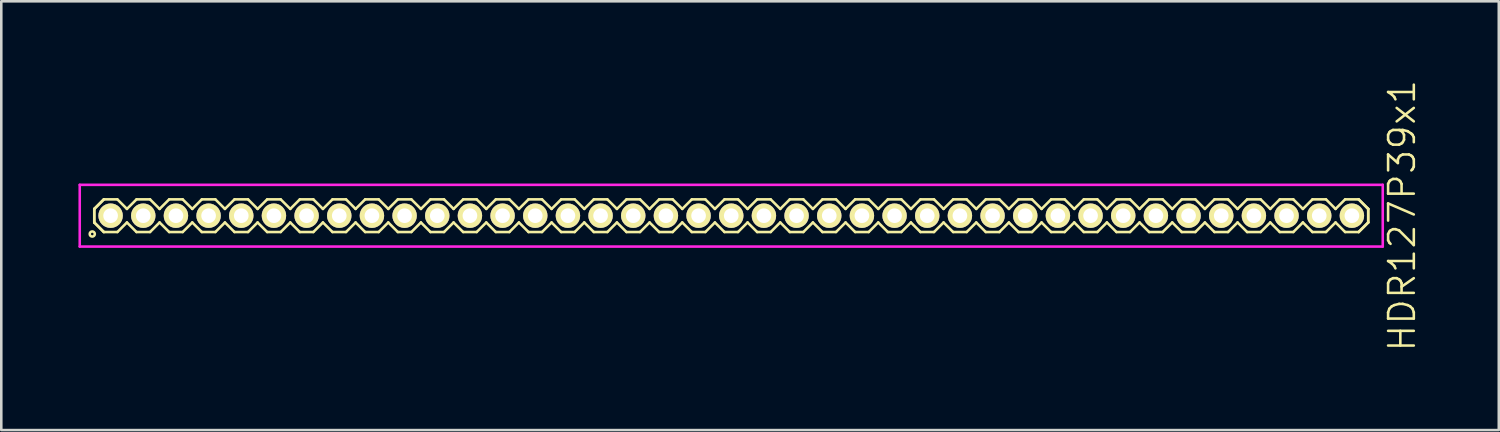
<source format=kicad_pcb>
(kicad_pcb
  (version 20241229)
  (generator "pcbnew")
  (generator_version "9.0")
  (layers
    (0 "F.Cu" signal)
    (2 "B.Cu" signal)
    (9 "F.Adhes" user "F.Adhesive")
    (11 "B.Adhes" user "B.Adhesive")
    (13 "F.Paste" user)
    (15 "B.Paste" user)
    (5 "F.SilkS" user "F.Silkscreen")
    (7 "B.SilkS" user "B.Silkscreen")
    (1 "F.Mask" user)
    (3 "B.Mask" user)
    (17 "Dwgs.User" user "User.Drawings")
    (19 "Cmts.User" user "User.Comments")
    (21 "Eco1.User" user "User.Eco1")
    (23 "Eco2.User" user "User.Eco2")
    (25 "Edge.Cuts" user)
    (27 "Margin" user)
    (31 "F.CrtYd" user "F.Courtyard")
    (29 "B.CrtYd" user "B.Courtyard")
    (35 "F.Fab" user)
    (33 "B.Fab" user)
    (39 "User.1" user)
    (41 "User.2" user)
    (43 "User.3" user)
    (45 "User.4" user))
  (footprint "HDR127P39x1"
    (layer "F.Cu")
    (at 25.38 5.336)
    (property "Reference" "HDR127P39x1" (at 26.08 0 90) (layer "F.SilkS") (effects (font (size 1 1) (thickness 0.1))))
    (attr through_hole)
    (fp_line (start -24.765 -0.263) (end -24.393 -0.635) (stroke (width 0.1) (type solid)) (layer "F.SilkS"))
    (fp_line (start -24.765 -0.263) (end -24.393 -0.635) (stroke (width 0.1) (type solid)) (layer "F.SilkS"))
    (fp_line (start -24.765 0.263) (end -24.765 -0.263) (stroke (width 0.1) (type solid)) (layer "F.SilkS"))
    (fp_line (start -24.765 0.263) (end -24.765 -0.263) (stroke (width 0.1) (type solid)) (layer "F.SilkS"))
    (fp_line (start -24.393 -0.635) (end -23.867 -0.635) (stroke (width 0.1) (type solid)) (layer "F.SilkS"))
    (fp_line (start -24.393 0.635) (end -24.765 0.263) (stroke (width 0.1) (type solid)) (layer "F.SilkS"))
    (fp_line (start -24.393 0.635) (end -24.765 0.263) (stroke (width 0.1) (type solid)) (layer "F.SilkS"))
    (fp_line (start -23.867 -0.635) (end -23.495 -0.263) (stroke (width 0.1) (type solid)) (layer "F.SilkS"))
    (fp_line (start -23.867 0.635) (end -24.393 0.635) (stroke (width 0.1) (type solid)) (layer "F.SilkS"))
    (fp_line (start -23.495 -0.263) (end -23.123 -0.635) (stroke (width 0.1) (type solid)) (layer "F.SilkS"))
    (fp_line (start -23.495 0.263) (end -23.867 0.635) (stroke (width 0.1) (type solid)) (layer "F.SilkS"))
    (fp_line (start -23.123 -0.635) (end -22.597 -0.635) (stroke (width 0.1) (type solid)) (layer "F.SilkS"))
    (fp_line (start -23.123 0.635) (end -23.495 0.263) (stroke (width 0.1) (type solid)) (layer "F.SilkS"))
    (fp_line (start -22.597 -0.635) (end -22.225 -0.263) (stroke (width 0.1) (type solid)) (layer "F.SilkS"))
    (fp_line (start -22.597 0.635) (end -23.123 0.635) (stroke (width 0.1) (type solid)) (layer "F.SilkS"))
    (fp_line (start -22.225 -0.263) (end -21.853 -0.635) (stroke (width 0.1) (type solid)) (layer "F.SilkS"))
    (fp_line (start -22.225 0.263) (end -22.597 0.635) (stroke (width 0.1) (type solid)) (layer "F.SilkS"))
    (fp_line (start -21.853 -0.635) (end -21.327 -0.635) (stroke (width 0.1) (type solid)) (layer "F.SilkS"))
    (fp_line (start -21.853 0.635) (end -22.225 0.263) (stroke (width 0.1) (type solid)) (layer "F.SilkS"))
    (fp_line (start -21.327 -0.635) (end -20.955 -0.263) (stroke (width 0.1) (type solid)) (layer "F.SilkS"))
    (fp_line (start -21.327 0.635) (end -21.853 0.635) (stroke (width 0.1) (type solid)) (layer "F.SilkS"))
    (fp_line (start -20.955 -0.263) (end -20.583 -0.635) (stroke (width 0.1) (type solid)) (layer "F.SilkS"))
    (fp_line (start -20.955 0.263) (end -21.327 0.635) (stroke (width 0.1) (type solid)) (layer "F.SilkS"))
    (fp_line (start -20.583 -0.635) (end -20.057 -0.635) (stroke (width 0.1) (type solid)) (layer "F.SilkS"))
    (fp_line (start -20.583 0.635) (end -20.955 0.263) (stroke (width 0.1) (type solid)) (layer "F.SilkS"))
    (fp_line (start -20.057 -0.635) (end -19.685 -0.263) (stroke (width 0.1) (type solid)) (layer "F.SilkS"))
    (fp_line (start -20.057 0.635) (end -20.583 0.635) (stroke (width 0.1) (type solid)) (layer "F.SilkS"))
    (fp_line (start -19.685 -0.263) (end -19.313 -0.635) (stroke (width 0.1) (type solid)) (layer "F.SilkS"))
    (fp_line (start -19.685 0.263) (end -20.057 0.635) (stroke (width 0.1) (type solid)) (layer "F.SilkS"))
    (fp_line (start -19.313 -0.635) (end -18.787 -0.635) (stroke (width 0.1) (type solid)) (layer "F.SilkS"))
    (fp_line (start -19.313 0.635) (end -19.685 0.263) (stroke (width 0.1) (type solid)) (layer "F.SilkS"))
    (fp_line (start -18.787 -0.635) (end -18.415 -0.263) (stroke (width 0.1) (type solid)) (layer "F.SilkS"))
    (fp_line (start -18.787 0.635) (end -19.313 0.635) (stroke (width 0.1) (type solid)) (layer "F.SilkS"))
    (fp_line (start -18.415 -0.263) (end -18.043 -0.635) (stroke (width 0.1) (type solid)) (layer "F.SilkS"))
    (fp_line (start -18.415 0.263) (end -18.787 0.635) (stroke (width 0.1) (type solid)) (layer "F.SilkS"))
    (fp_line (start -18.043 -0.635) (end -17.517 -0.635) (stroke (width 0.1) (type solid)) (layer "F.SilkS"))
    (fp_line (start -18.043 0.635) (end -18.415 0.263) (stroke (width 0.1) (type solid)) (layer "F.SilkS"))
    (fp_line (start -17.517 -0.635) (end -17.145 -0.263) (stroke (width 0.1) (type solid)) (layer "F.SilkS"))
    (fp_line (start -17.517 0.635) (end -18.043 0.635) (stroke (width 0.1) (type solid)) (layer "F.SilkS"))
    (fp_line (start -17.145 -0.263) (end -16.773 -0.635) (stroke (width 0.1) (type solid)) (layer "F.SilkS"))
    (fp_line (start -17.145 0.263) (end -17.517 0.635) (stroke (width 0.1) (type solid)) (layer "F.SilkS"))
    (fp_line (start -16.773 -0.635) (end -16.247 -0.635) (stroke (width 0.1) (type solid)) (layer "F.SilkS"))
    (fp_line (start -16.773 0.635) (end -17.145 0.263) (stroke (width 0.1) (type solid)) (layer "F.SilkS"))
    (fp_line (start -16.247 -0.635) (end -15.875 -0.263) (stroke (width 0.1) (type solid)) (layer "F.SilkS"))
    (fp_line (start -16.247 0.635) (end -16.773 0.635) (stroke (width 0.1) (type solid)) (layer "F.SilkS"))
    (fp_line (start -15.875 -0.263) (end -15.503 -0.635) (stroke (width 0.1) (type solid)) (layer "F.SilkS"))
    (fp_line (start -15.875 0.263) (end -16.247 0.635) (stroke (width 0.1) (type solid)) (layer "F.SilkS"))
    (fp_line (start -15.503 -0.635) (end -14.977 -0.635) (stroke (width 0.1) (type solid)) (layer "F.SilkS"))
    (fp_line (start -15.503 0.635) (end -15.875 0.263) (stroke (width 0.1) (type solid)) (layer "F.SilkS"))
    (fp_line (start -14.977 -0.635) (end -14.605 -0.263) (stroke (width 0.1) (type solid)) (layer "F.SilkS"))
    (fp_line (start -14.977 0.635) (end -15.503 0.635) (stroke (width 0.1) (type solid)) (layer "F.SilkS"))
    (fp_line (start -14.605 -0.263) (end -14.233 -0.635) (stroke (width 0.1) (type solid)) (layer "F.SilkS"))
    (fp_line (start -14.605 0.263) (end -14.977 0.635) (stroke (width 0.1) (type solid)) (layer "F.SilkS"))
    (fp_line (start -14.233 -0.635) (end -13.707 -0.635) (stroke (width 0.1) (type solid)) (layer "F.SilkS"))
    (fp_line (start -14.233 0.635) (end -14.605 0.263) (stroke (width 0.1) (type solid)) (layer "F.SilkS"))
    (fp_line (start -13.707 -0.635) (end -13.335 -0.263) (stroke (width 0.1) (type solid)) (layer "F.SilkS"))
    (fp_line (start -13.707 0.635) (end -14.233 0.635) (stroke (width 0.1) (type solid)) (layer "F.SilkS"))
    (fp_line (start -13.335 -0.263) (end -12.963 -0.635) (stroke (width 0.1) (type solid)) (layer "F.SilkS"))
    (fp_line (start -13.335 0.263) (end -13.707 0.635) (stroke (width 0.1) (type solid)) (layer "F.SilkS"))
    (fp_line (start -12.963 -0.635) (end -12.437 -0.635) (stroke (width 0.1) (type solid)) (layer "F.SilkS"))
    (fp_line (start -12.963 0.635) (end -13.335 0.263) (stroke (width 0.1) (type solid)) (layer "F.SilkS"))
    (fp_line (start -12.437 -0.635) (end -12.065 -0.263) (stroke (width 0.1) (type solid)) (layer "F.SilkS"))
    (fp_line (start -12.437 0.635) (end -12.963 0.635) (stroke (width 0.1) (type solid)) (layer "F.SilkS"))
    (fp_line (start -12.065 -0.263) (end -11.693 -0.635) (stroke (width 0.1) (type solid)) (layer "F.SilkS"))
    (fp_line (start -12.065 0.263) (end -12.437 0.635) (stroke (width 0.1) (type solid)) (layer "F.SilkS"))
    (fp_line (start -11.693 -0.635) (end -11.167 -0.635) (stroke (width 0.1) (type solid)) (layer "F.SilkS"))
    (fp_line (start -11.693 0.635) (end -12.065 0.263) (stroke (width 0.1) (type solid)) (layer "F.SilkS"))
    (fp_line (start -11.167 -0.635) (end -10.795 -0.263) (stroke (width 0.1) (type solid)) (layer "F.SilkS"))
    (fp_line (start -11.167 0.635) (end -11.693 0.635) (stroke (width 0.1) (type solid)) (layer "F.SilkS"))
    (fp_line (start -10.795 -0.263) (end -10.423 -0.635) (stroke (width 0.1) (type solid)) (layer "F.SilkS"))
    (fp_line (start -10.795 0.263) (end -11.167 0.635) (stroke (width 0.1) (type solid)) (layer "F.SilkS"))
    (fp_line (start -10.423 -0.635) (end -9.897 -0.635) (stroke (width 0.1) (type solid)) (layer "F.SilkS"))
    (fp_line (start -10.423 0.635) (end -10.795 0.263) (stroke (width 0.1) (type solid)) (layer "F.SilkS"))
    (fp_line (start -9.897 -0.635) (end -9.525 -0.263) (stroke (width 0.1) (type solid)) (layer "F.SilkS"))
    (fp_line (start -9.897 0.635) (end -10.423 0.635) (stroke (width 0.1) (type solid)) (layer "F.SilkS"))
    (fp_line (start -9.525 -0.263) (end -9.153 -0.635) (stroke (width 0.1) (type solid)) (layer "F.SilkS"))
    (fp_line (start -9.525 0.263) (end -9.897 0.635) (stroke (width 0.1) (type solid)) (layer "F.SilkS"))
    (fp_line (start -9.153 -0.635) (end -8.627 -0.635) (stroke (width 0.1) (type solid)) (layer "F.SilkS"))
    (fp_line (start -9.153 0.635) (end -9.525 0.263) (stroke (width 0.1) (type solid)) (layer "F.SilkS"))
    (fp_line (start -8.627 -0.635) (end -8.255 -0.263) (stroke (width 0.1) (type solid)) (layer "F.SilkS"))
    (fp_line (start -8.627 0.635) (end -9.153 0.635) (stroke (width 0.1) (type solid)) (layer "F.SilkS"))
    (fp_line (start -8.255 -0.263) (end -7.883 -0.635) (stroke (width 0.1) (type solid)) (layer "F.SilkS"))
    (fp_line (start -8.255 0.263) (end -8.627 0.635) (stroke (width 0.1) (type solid)) (layer "F.SilkS"))
    (fp_line (start -7.883 -0.635) (end -7.357 -0.635) (stroke (width 0.1) (type solid)) (layer "F.SilkS"))
    (fp_line (start -7.883 0.635) (end -8.255 0.263) (stroke (width 0.1) (type solid)) (layer "F.SilkS"))
    (fp_line (start -7.357 -0.635) (end -6.985 -0.263) (stroke (width 0.1) (type solid)) (layer "F.SilkS"))
    (fp_line (start -7.357 0.635) (end -7.883 0.635) (stroke (width 0.1) (type solid)) (layer "F.SilkS"))
    (fp_line (start -6.985 -0.263) (end -6.613 -0.635) (stroke (width 0.1) (type solid)) (layer "F.SilkS"))
    (fp_line (start -6.985 0.263) (end -7.357 0.635) (stroke (width 0.1) (type solid)) (layer "F.SilkS"))
    (fp_line (start -6.613 -0.635) (end -6.087 -0.635) (stroke (width 0.1) (type solid)) (layer "F.SilkS"))
    (fp_line (start -6.613 0.635) (end -6.985 0.263) (stroke (width 0.1) (type solid)) (layer "F.SilkS"))
    (fp_line (start -6.087 -0.635) (end -5.715 -0.263) (stroke (width 0.1) (type solid)) (layer "F.SilkS"))
    (fp_line (start -6.087 0.635) (end -6.613 0.635) (stroke (width 0.1) (type solid)) (layer "F.SilkS"))
    (fp_line (start -5.715 -0.263) (end -5.343 -0.635) (stroke (width 0.1) (type solid)) (layer "F.SilkS"))
    (fp_line (start -5.715 0.263) (end -6.087 0.635) (stroke (width 0.1) (type solid)) (layer "F.SilkS"))
    (fp_line (start -5.343 -0.635) (end -4.817 -0.635) (stroke (width 0.1) (type solid)) (layer "F.SilkS"))
    (fp_line (start -5.343 0.635) (end -5.715 0.263) (stroke (width 0.1) (type solid)) (layer "F.SilkS"))
    (fp_line (start -4.817 -0.635) (end -4.445 -0.263) (stroke (width 0.1) (type solid)) (layer "F.SilkS"))
    (fp_line (start -4.817 0.635) (end -5.343 0.635) (stroke (width 0.1) (type solid)) (layer "F.SilkS"))
    (fp_line (start -4.445 -0.263) (end -4.073 -0.635) (stroke (width 0.1) (type solid)) (layer "F.SilkS"))
    (fp_line (start -4.445 0.263) (end -4.817 0.635) (stroke (width 0.1) (type solid)) (layer "F.SilkS"))
    (fp_line (start -4.073 -0.635) (end -3.547 -0.635) (stroke (width 0.1) (type solid)) (layer "F.SilkS"))
    (fp_line (start -4.073 0.635) (end -4.445 0.263) (stroke (width 0.1) (type solid)) (layer "F.SilkS"))
    (fp_line (start -3.547 -0.635) (end -3.175 -0.263) (stroke (width 0.1) (type solid)) (layer "F.SilkS"))
    (fp_line (start -3.547 0.635) (end -4.073 0.635) (stroke (width 0.1) (type solid)) (layer "F.SilkS"))
    (fp_line (start -3.175 -0.263) (end -2.803 -0.635) (stroke (width 0.1) (type solid)) (layer "F.SilkS"))
    (fp_line (start -3.175 0.263) (end -3.547 0.635) (stroke (width 0.1) (type solid)) (layer "F.SilkS"))
    (fp_line (start -2.803 -0.635) (end -2.277 -0.635) (stroke (width 0.1) (type solid)) (layer "F.SilkS"))
    (fp_line (start -2.803 0.635) (end -3.175 0.263) (stroke (width 0.1) (type solid)) (layer "F.SilkS"))
    (fp_line (start -2.277 -0.635) (end -1.905 -0.263) (stroke (width 0.1) (type solid)) (layer "F.SilkS"))
    (fp_line (start -2.277 0.635) (end -2.803 0.635) (stroke (width 0.1) (type solid)) (layer "F.SilkS"))
    (fp_line (start -1.905 -0.263) (end -1.533 -0.635) (stroke (width 0.1) (type solid)) (layer "F.SilkS"))
    (fp_line (start -1.905 0.263) (end -2.277 0.635) (stroke (width 0.1) (type solid)) (layer "F.SilkS"))
    (fp_line (start -1.533 -0.635) (end -1.007 -0.635) (stroke (width 0.1) (type solid)) (layer "F.SilkS"))
    (fp_line (start -1.533 0.635) (end -1.905 0.263) (stroke (width 0.1) (type solid)) (layer "F.SilkS"))
    (fp_line (start -1.007 -0.635) (end -0.635 -0.263) (stroke (width 0.1) (type solid)) (layer "F.SilkS"))
    (fp_line (start -1.007 0.635) (end -1.533 0.635) (stroke (width 0.1) (type solid)) (layer "F.SilkS"))
    (fp_line (start -0.635 -0.263) (end -0.263 -0.635) (stroke (width 0.1) (type solid)) (layer "F.SilkS"))
    (fp_line (start -0.635 0.263) (end -1.007 0.635) (stroke (width 0.1) (type solid)) (layer "F.SilkS"))
    (fp_line (start -0.263 -0.635) (end 0.263 -0.635) (stroke (width 0.1) (type solid)) (layer "F.SilkS"))
    (fp_line (start -0.263 0.635) (end -0.635 0.263) (stroke (width 0.1) (type solid)) (layer "F.SilkS"))
    (fp_line (start 0.263 -0.635) (end 0.635 -0.263) (stroke (width 0.1) (type solid)) (layer "F.SilkS"))
    (fp_line (start 0.263 0.635) (end -0.263 0.635) (stroke (width 0.1) (type solid)) (layer "F.SilkS"))
    (fp_line (start 0.635 -0.263) (end 1.007 -0.635) (stroke (width 0.1) (type solid)) (layer "F.SilkS"))
    (fp_line (start 0.635 0.263) (end 0.263 0.635) (stroke (width 0.1) (type solid)) (layer "F.SilkS"))
    (fp_line (start 1.007 -0.635) (end 1.533 -0.635) (stroke (width 0.1) (type solid)) (layer "F.SilkS"))
    (fp_line (start 1.007 0.635) (end 0.635 0.263) (stroke (width 0.1) (type solid)) (layer "F.SilkS"))
    (fp_line (start 1.533 -0.635) (end 1.905 -0.263) (stroke (width 0.1) (type solid)) (layer "F.SilkS"))
    (fp_line (start 1.533 0.635) (end 1.007 0.635) (stroke (width 0.1) (type solid)) (layer "F.SilkS"))
    (fp_line (start 1.905 -0.263) (end 2.277 -0.635) (stroke (width 0.1) (type solid)) (layer "F.SilkS"))
    (fp_line (start 1.905 0.263) (end 1.533 0.635) (stroke (width 0.1) (type solid)) (layer "F.SilkS"))
    (fp_line (start 2.277 -0.635) (end 2.803 -0.635) (stroke (width 0.1) (type solid)) (layer "F.SilkS"))
    (fp_line (start 2.277 0.635) (end 1.905 0.263) (stroke (width 0.1) (type solid)) (layer "F.SilkS"))
    (fp_line (start 2.803 -0.635) (end 3.175 -0.263) (stroke (width 0.1) (type solid)) (layer "F.SilkS"))
    (fp_line (start 2.803 0.635) (end 2.277 0.635) (stroke (width 0.1) (type solid)) (layer "F.SilkS"))
    (fp_line (start 3.175 -0.263) (end 3.547 -0.635) (stroke (width 0.1) (type solid)) (layer "F.SilkS"))
    (fp_line (start 3.175 0.263) (end 2.803 0.635) (stroke (width 0.1) (type solid)) (layer "F.SilkS"))
    (fp_line (start 3.547 -0.635) (end 4.073 -0.635) (stroke (width 0.1) (type solid)) (layer "F.SilkS"))
    (fp_line (start 3.547 0.635) (end 3.175 0.263) (stroke (width 0.1) (type solid)) (layer "F.SilkS"))
    (fp_line (start 4.073 -0.635) (end 4.445 -0.263) (stroke (width 0.1) (type solid)) (layer "F.SilkS"))
    (fp_line (start 4.073 0.635) (end 3.547 0.635) (stroke (width 0.1) (type solid)) (layer "F.SilkS"))
    (fp_line (start 4.445 -0.263) (end 4.817 -0.635) (stroke (width 0.1) (type solid)) (layer "F.SilkS"))
    (fp_line (start 4.445 0.263) (end 4.073 0.635) (stroke (width 0.1) (type solid)) (layer "F.SilkS"))
    (fp_line (start 4.817 -0.635) (end 5.343 -0.635) (stroke (width 0.1) (type solid)) (layer "F.SilkS"))
    (fp_line (start 4.817 0.635) (end 4.445 0.263) (stroke (width 0.1) (type solid)) (layer "F.SilkS"))
    (fp_line (start 5.343 -0.635) (end 5.715 -0.263) (stroke (width 0.1) (type solid)) (layer "F.SilkS"))
    (fp_line (start 5.343 0.635) (end 4.817 0.635) (stroke (width 0.1) (type solid)) (layer "F.SilkS"))
    (fp_line (start 5.715 -0.263) (end 6.087 -0.635) (stroke (width 0.1) (type solid)) (layer "F.SilkS"))
    (fp_line (start 5.715 0.263) (end 5.343 0.635) (stroke (width 0.1) (type solid)) (layer "F.SilkS"))
    (fp_line (start 6.087 -0.635) (end 6.613 -0.635) (stroke (width 0.1) (type solid)) (layer "F.SilkS"))
    (fp_line (start 6.087 0.635) (end 5.715 0.263) (stroke (width 0.1) (type solid)) (layer "F.SilkS"))
    (fp_line (start 6.613 -0.635) (end 6.985 -0.263) (stroke (width 0.1) (type solid)) (layer "F.SilkS"))
    (fp_line (start 6.613 0.635) (end 6.087 0.635) (stroke (width 0.1) (type solid)) (layer "F.SilkS"))
    (fp_line (start 6.985 -0.263) (end 7.357 -0.635) (stroke (width 0.1) (type solid)) (layer "F.SilkS"))
    (fp_line (start 6.985 0.263) (end 6.613 0.635) (stroke (width 0.1) (type solid)) (layer "F.SilkS"))
    (fp_line (start 7.357 -0.635) (end 7.883 -0.635) (stroke (width 0.1) (type solid)) (layer "F.SilkS"))
    (fp_line (start 7.357 0.635) (end 6.985 0.263) (stroke (width 0.1) (type solid)) (layer "F.SilkS"))
    (fp_line (start 7.883 -0.635) (end 8.255 -0.263) (stroke (width 0.1) (type solid)) (layer "F.SilkS"))
    (fp_line (start 7.883 0.635) (end 7.357 0.635) (stroke (width 0.1) (type solid)) (layer "F.SilkS"))
    (fp_line (start 8.255 -0.263) (end 8.627 -0.635) (stroke (width 0.1) (type solid)) (layer "F.SilkS"))
    (fp_line (start 8.255 0.263) (end 7.883 0.635) (stroke (width 0.1) (type solid)) (layer "F.SilkS"))
    (fp_line (start 8.627 -0.635) (end 9.153 -0.635) (stroke (width 0.1) (type solid)) (layer "F.SilkS"))
    (fp_line (start 8.627 0.635) (end 8.255 0.263) (stroke (width 0.1) (type solid)) (layer "F.SilkS"))
    (fp_line (start 9.153 -0.635) (end 9.525 -0.263) (stroke (width 0.1) (type solid)) (layer "F.SilkS"))
    (fp_line (start 9.153 0.635) (end 8.627 0.635) (stroke (width 0.1) (type solid)) (layer "F.SilkS"))
    (fp_line (start 9.525 -0.263) (end 9.897 -0.635) (stroke (width 0.1) (type solid)) (layer "F.SilkS"))
    (fp_line (start 9.525 0.263) (end 9.153 0.635) (stroke (width 0.1) (type solid)) (layer "F.SilkS"))
    (fp_line (start 9.897 -0.635) (end 10.423 -0.635) (stroke (width 0.1) (type solid)) (layer "F.SilkS"))
    (fp_line (start 9.897 0.635) (end 9.525 0.263) (stroke (width 0.1) (type solid)) (layer "F.SilkS"))
    (fp_line (start 10.423 -0.635) (end 10.795 -0.263) (stroke (width 0.1) (type solid)) (layer "F.SilkS"))
    (fp_line (start 10.423 0.635) (end 9.897 0.635) (stroke (width 0.1) (type solid)) (layer "F.SilkS"))
    (fp_line (start 10.795 -0.263) (end 11.167 -0.635) (stroke (width 0.1) (type solid)) (layer "F.SilkS"))
    (fp_line (start 10.795 0.263) (end 10.423 0.635) (stroke (width 0.1) (type solid)) (layer "F.SilkS"))
    (fp_line (start 11.167 -0.635) (end 11.693 -0.635) (stroke (width 0.1) (type solid)) (layer "F.SilkS"))
    (fp_line (start 11.167 0.635) (end 10.795 0.263) (stroke (width 0.1) (type solid)) (layer "F.SilkS"))
    (fp_line (start 11.693 -0.635) (end 12.065 -0.263) (stroke (width 0.1) (type solid)) (layer "F.SilkS"))
    (fp_line (start 11.693 0.635) (end 11.167 0.635) (stroke (width 0.1) (type solid)) (layer "F.SilkS"))
    (fp_line (start 12.065 -0.263) (end 12.437 -0.635) (stroke (width 0.1) (type solid)) (layer "F.SilkS"))
    (fp_line (start 12.065 0.263) (end 11.693 0.635) (stroke (width 0.1) (type solid)) (layer "F.SilkS"))
    (fp_line (start 12.437 -0.635) (end 12.963 -0.635) (stroke (width 0.1) (type solid)) (layer "F.SilkS"))
    (fp_line (start 12.437 0.635) (end 12.065 0.263) (stroke (width 0.1) (type solid)) (layer "F.SilkS"))
    (fp_line (start 12.963 -0.635) (end 13.335 -0.263) (stroke (width 0.1) (type solid)) (layer "F.SilkS"))
    (fp_line (start 12.963 0.635) (end 12.437 0.635) (stroke (width 0.1) (type solid)) (layer "F.SilkS"))
    (fp_line (start 13.335 -0.263) (end 13.707 -0.635) (stroke (width 0.1) (type solid)) (layer "F.SilkS"))
    (fp_line (start 13.335 0.263) (end 12.963 0.635) (stroke (width 0.1) (type solid)) (layer "F.SilkS"))
    (fp_line (start 13.707 -0.635) (end 14.233 -0.635) (stroke (width 0.1) (type solid)) (layer "F.SilkS"))
    (fp_line (start 13.707 0.635) (end 13.335 0.263) (stroke (width 0.1) (type solid)) (layer "F.SilkS"))
    (fp_line (start 14.233 -0.635) (end 14.605 -0.263) (stroke (width 0.1) (type solid)) (layer "F.SilkS"))
    (fp_line (start 14.233 0.635) (end 13.707 0.635) (stroke (width 0.1) (type solid)) (layer "F.SilkS"))
    (fp_line (start 14.605 -0.263) (end 14.977 -0.635) (stroke (width 0.1) (type solid)) (layer "F.SilkS"))
    (fp_line (start 14.605 0.263) (end 14.233 0.635) (stroke (width 0.1) (type solid)) (layer "F.SilkS"))
    (fp_line (start 14.977 -0.635) (end 15.503 -0.635) (stroke (width 0.1) (type solid)) (layer "F.SilkS"))
    (fp_line (start 14.977 0.635) (end 14.605 0.263) (stroke (width 0.1) (type solid)) (layer "F.SilkS"))
    (fp_line (start 15.503 -0.635) (end 15.875 -0.263) (stroke (width 0.1) (type solid)) (layer "F.SilkS"))
    (fp_line (start 15.503 0.635) (end 14.977 0.635) (stroke (width 0.1) (type solid)) (layer "F.SilkS"))
    (fp_line (start 15.875 -0.263) (end 16.247 -0.635) (stroke (width 0.1) (type solid)) (layer "F.SilkS"))
    (fp_line (start 15.875 0.263) (end 15.503 0.635) (stroke (width 0.1) (type solid)) (layer "F.SilkS"))
    (fp_line (start 16.247 -0.635) (end 16.773 -0.635) (stroke (width 0.1) (type solid)) (layer "F.SilkS"))
    (fp_line (start 16.247 0.635) (end 15.875 0.263) (stroke (width 0.1) (type solid)) (layer "F.SilkS"))
    (fp_line (start 16.773 -0.635) (end 17.145 -0.263) (stroke (width 0.1) (type solid)) (layer "F.SilkS"))
    (fp_line (start 16.773 0.635) (end 16.247 0.635) (stroke (width 0.1) (type solid)) (layer "F.SilkS"))
    (fp_line (start 17.145 -0.263) (end 17.517 -0.635) (stroke (width 0.1) (type solid)) (layer "F.SilkS"))
    (fp_line (start 17.145 0.263) (end 16.773 0.635) (stroke (width 0.1) (type solid)) (layer "F.SilkS"))
    (fp_line (start 17.517 -0.635) (end 18.043 -0.635) (stroke (width 0.1) (type solid)) (layer "F.SilkS"))
    (fp_line (start 17.517 0.635) (end 17.145 0.263) (stroke (width 0.1) (type solid)) (layer "F.SilkS"))
    (fp_line (start 18.043 -0.635) (end 18.415 -0.263) (stroke (width 0.1) (type solid)) (layer "F.SilkS"))
    (fp_line (start 18.043 0.635) (end 17.517 0.635) (stroke (width 0.1) (type solid)) (layer "F.SilkS"))
    (fp_line (start 18.415 -0.263) (end 18.787 -0.635) (stroke (width 0.1) (type solid)) (layer "F.SilkS"))
    (fp_line (start 18.415 0.263) (end 18.043 0.635) (stroke (width 0.1) (type solid)) (layer "F.SilkS"))
    (fp_line (start 18.787 -0.635) (end 19.313 -0.635) (stroke (width 0.1) (type solid)) (layer "F.SilkS"))
    (fp_line (start 18.787 0.635) (end 18.415 0.263) (stroke (width 0.1) (type solid)) (layer "F.SilkS"))
    (fp_line (start 19.313 -0.635) (end 19.685 -0.263) (stroke (width 0.1) (type solid)) (layer "F.SilkS"))
    (fp_line (start 19.313 0.635) (end 18.787 0.635) (stroke (width 0.1) (type solid)) (layer "F.SilkS"))
    (fp_line (start 19.685 -0.263) (end 20.057 -0.635) (stroke (width 0.1) (type solid)) (layer "F.SilkS"))
    (fp_line (start 19.685 0.263) (end 19.313 0.635) (stroke (width 0.1) (type solid)) (layer "F.SilkS"))
    (fp_line (start 20.057 -0.635) (end 20.583 -0.635) (stroke (width 0.1) (type solid)) (layer "F.SilkS"))
    (fp_line (start 20.057 0.635) (end 19.685 0.263) (stroke (width 0.1) (type solid)) (layer "F.SilkS"))
    (fp_line (start 20.583 -0.635) (end 20.955 -0.263) (stroke (width 0.1) (type solid)) (layer "F.SilkS"))
    (fp_line (start 20.583 0.635) (end 20.057 0.635) (stroke (width 0.1) (type solid)) (layer "F.SilkS"))
    (fp_line (start 20.955 -0.263) (end 21.327 -0.635) (stroke (width 0.1) (type solid)) (layer "F.SilkS"))
    (fp_line (start 20.955 0.263) (end 20.583 0.635) (stroke (width 0.1) (type solid)) (layer "F.SilkS"))
    (fp_line (start 21.327 -0.635) (end 21.853 -0.635) (stroke (width 0.1) (type solid)) (layer "F.SilkS"))
    (fp_line (start 21.327 0.635) (end 20.955 0.263) (stroke (width 0.1) (type solid)) (layer "F.SilkS"))
    (fp_line (start 21.853 -0.635) (end 22.225 -0.263) (stroke (width 0.1) (type solid)) (layer "F.SilkS"))
    (fp_line (start 21.853 0.635) (end 21.327 0.635) (stroke (width 0.1) (type solid)) (layer "F.SilkS"))
    (fp_line (start 22.225 -0.263) (end 22.597 -0.635) (stroke (width 0.1) (type solid)) (layer "F.SilkS"))
    (fp_line (start 22.225 0.263) (end 21.853 0.635) (stroke (width 0.1) (type solid)) (layer "F.SilkS"))
    (fp_line (start 22.597 -0.635) (end 23.123 -0.635) (stroke (width 0.1) (type solid)) (layer "F.SilkS"))
    (fp_line (start 22.597 0.635) (end 22.225 0.263) (stroke (width 0.1) (type solid)) (layer "F.SilkS"))
    (fp_line (start 23.123 -0.635) (end 23.495 -0.263) (stroke (width 0.1) (type solid)) (layer "F.SilkS"))
    (fp_line (start 23.123 0.635) (end 22.597 0.635) (stroke (width 0.1) (type solid)) (layer "F.SilkS"))
    (fp_line (start 23.495 -0.263) (end 23.867 -0.635) (stroke (width 0.1) (type solid)) (layer "F.SilkS"))
    (fp_line (start 23.495 0.263) (end 23.123 0.635) (stroke (width 0.1) (type solid)) (layer "F.SilkS"))
    (fp_line (start 23.867 -0.635) (end 24.393 -0.635) (stroke (width 0.1) (type solid)) (layer "F.SilkS"))
    (fp_line (start 23.867 0.635) (end 23.495 0.263) (stroke (width 0.1) (type solid)) (layer "F.SilkS"))
    (fp_line (start 24.393 -0.635) (end 24.765 -0.263) (stroke (width 0.1) (type solid)) (layer "F.SilkS"))
    (fp_line (start 24.393 -0.635) (end 24.765 -0.263) (stroke (width 0.1) (type solid)) (layer "F.SilkS"))
    (fp_line (start 24.393 0.635) (end 23.867 0.635) (stroke (width 0.1) (type solid)) (layer "F.SilkS"))
    (fp_line (start 24.765 -0.263) (end 24.765 0.263) (stroke (width 0.1) (type solid)) (layer "F.SilkS"))
    (fp_line (start 24.765 -0.263) (end 24.765 0.263) (stroke (width 0.1) (type solid)) (layer "F.SilkS"))
    (fp_line (start 24.765 0.263) (end 24.393 0.635) (stroke (width 0.1) (type solid)) (layer "F.SilkS"))
    (fp_line (start 24.765 0.263) (end 24.393 0.635) (stroke (width 0.1) (type solid)) (layer "F.SilkS"))
    (fp_circle (center -24.843 0.712) (end -24.743 0.712) (stroke (width 0.1) (type solid)) (fill no) (layer "F.SilkS"))
    (fp_line (start -25.33 -1.2) (end -25.33 1.2) (stroke (width 0.1) (type solid)) (layer "F.CrtYd"))
    (fp_line (start -25.33 1.2) (end 25.33 1.2) (stroke (width 0.1) (type solid)) (layer "F.CrtYd"))
    (fp_line (start 25.33 -1.2) (end -25.33 -1.2) (stroke (width 0.1) (type solid)) (layer "F.CrtYd"))
    (fp_line (start 25.33 1.2) (end 25.33 -1.2) (stroke (width 0.1) (type solid)) (layer "F.CrtYd"))
    (pad "1" thru_hole oval (at -24.13 0) (size 0.95 0.95) (drill 0.57) (layers "*.Cu" "*.Mask" "F.SilkS"))
    (pad "2" thru_hole oval (at -22.86 0) (size 0.95 0.95) (drill 0.57) (layers "*.Cu" "*.Mask" "F.SilkS"))
    (pad "3" thru_hole oval (at -21.59 0) (size 0.95 0.95) (drill 0.57) (layers "*.Cu" "*.Mask" "F.SilkS"))
    (pad "4" thru_hole oval (at -20.32 0) (size 0.95 0.95) (drill 0.57) (layers "*.Cu" "*.Mask" "F.SilkS"))
    (pad "5" thru_hole oval (at -19.05 0) (size 0.95 0.95) (drill 0.57) (layers "*.Cu" "*.Mask" "F.SilkS"))
    (pad "6" thru_hole oval (at -17.78 0) (size 0.95 0.95) (drill 0.57) (layers "*.Cu" "*.Mask" "F.SilkS"))
    (pad "7" thru_hole oval (at -16.51 0) (size 0.95 0.95) (drill 0.57) (layers "*.Cu" "*.Mask" "F.SilkS"))
    (pad "8" thru_hole oval (at -15.24 0) (size 0.95 0.95) (drill 0.57) (layers "*.Cu" "*.Mask" "F.SilkS"))
    (pad "9" thru_hole oval (at -13.97 0) (size 0.95 0.95) (drill 0.57) (layers "*.Cu" "*.Mask" "F.SilkS"))
    (pad "10" thru_hole oval (at -12.7 0) (size 0.95 0.95) (drill 0.57) (layers "*.Cu" "*.Mask" "F.SilkS"))
    (pad "11" thru_hole oval (at -11.43 0) (size 0.95 0.95) (drill 0.57) (layers "*.Cu" "*.Mask" "F.SilkS"))
    (pad "12" thru_hole oval (at -10.16 0) (size 0.95 0.95) (drill 0.57) (layers "*.Cu" "*.Mask" "F.SilkS"))
    (pad "13" thru_hole oval (at -8.89 0) (size 0.95 0.95) (drill 0.57) (layers "*.Cu" "*.Mask" "F.SilkS"))
    (pad "14" thru_hole oval (at -7.62 0) (size 0.95 0.95) (drill 0.57) (layers "*.Cu" "*.Mask" "F.SilkS"))
    (pad "15" thru_hole oval (at -6.35 0) (size 0.95 0.95) (drill 0.57) (layers "*.Cu" "*.Mask" "F.SilkS"))
    (pad "16" thru_hole oval (at -5.08 0) (size 0.95 0.95) (drill 0.57) (layers "*.Cu" "*.Mask" "F.SilkS"))
    (pad "17" thru_hole oval (at -3.81 0) (size 0.95 0.95) (drill 0.57) (layers "*.Cu" "*.Mask" "F.SilkS"))
    (pad "18" thru_hole oval (at -2.54 0) (size 0.95 0.95) (drill 0.57) (layers "*.Cu" "*.Mask" "F.SilkS"))
    (pad "19" thru_hole oval (at -1.27 0) (size 0.95 0.95) (drill 0.57) (layers "*.Cu" "*.Mask" "F.SilkS"))
    (pad "20" thru_hole oval (at 0 0) (size 0.95 0.95) (drill 0.57) (layers "*.Cu" "*.Mask" "F.SilkS"))
    (pad "21" thru_hole oval (at 1.27 0) (size 0.95 0.95) (drill 0.57) (layers "*.Cu" "*.Mask" "F.SilkS"))
    (pad "22" thru_hole oval (at 2.54 0) (size 0.95 0.95) (drill 0.57) (layers "*.Cu" "*.Mask" "F.SilkS"))
    (pad "23" thru_hole oval (at 3.81 0) (size 0.95 0.95) (drill 0.57) (layers "*.Cu" "*.Mask" "F.SilkS"))
    (pad "24" thru_hole oval (at 5.08 0) (size 0.95 0.95) (drill 0.57) (layers "*.Cu" "*.Mask" "F.SilkS"))
    (pad "25" thru_hole oval (at 6.35 0) (size 0.95 0.95) (drill 0.57) (layers "*.Cu" "*.Mask" "F.SilkS"))
    (pad "26" thru_hole oval (at 7.62 0) (size 0.95 0.95) (drill 0.57) (layers "*.Cu" "*.Mask" "F.SilkS"))
    (pad "27" thru_hole oval (at 8.89 0) (size 0.95 0.95) (drill 0.57) (layers "*.Cu" "*.Mask" "F.SilkS"))
    (pad "28" thru_hole oval (at 10.16 0) (size 0.95 0.95) (drill 0.57) (layers "*.Cu" "*.Mask" "F.SilkS"))
    (pad "29" thru_hole oval (at 11.43 0) (size 0.95 0.95) (drill 0.57) (layers "*.Cu" "*.Mask" "F.SilkS"))
    (pad "30" thru_hole oval (at 12.7 0) (size 0.95 0.95) (drill 0.57) (layers "*.Cu" "*.Mask" "F.SilkS"))
    (pad "31" thru_hole oval (at 13.97 0) (size 0.95 0.95) (drill 0.57) (layers "*.Cu" "*.Mask" "F.SilkS"))
    (pad "32" thru_hole oval (at 15.24 0) (size 0.95 0.95) (drill 0.57) (layers "*.Cu" "*.Mask" "F.SilkS"))
    (pad "33" thru_hole oval (at 16.51 0) (size 0.95 0.95) (drill 0.57) (layers "*.Cu" "*.Mask" "F.SilkS"))
    (pad "34" thru_hole oval (at 17.78 0) (size 0.95 0.95) (drill 0.57) (layers "*.Cu" "*.Mask" "F.SilkS"))
    (pad "35" thru_hole oval (at 19.05 0) (size 0.95 0.95) (drill 0.57) (layers "*.Cu" "*.Mask" "F.SilkS"))
    (pad "36" thru_hole oval (at 20.32 0) (size 0.95 0.95) (drill 0.57) (layers "*.Cu" "*.Mask" "F.SilkS"))
    (pad "37" thru_hole oval (at 21.59 0) (size 0.95 0.95) (drill 0.57) (layers "*.Cu" "*.Mask" "F.SilkS"))
    (pad "38" thru_hole oval (at 22.86 0) (size 0.95 0.95) (drill 0.57) (layers "*.Cu" "*.Mask" "F.SilkS"))
    (pad "39" thru_hole oval (at 24.13 0) (size 0.95 0.95) (drill 0.57) (layers "*.Cu" "*.Mask" "F.SilkS")))
  (gr_rect
    (start -3 -3)
    (end 55.221 13.671)
    (stroke (width 0.1) (type default))
    (fill no)
    (layer "Edge.Cuts")))
</source>
